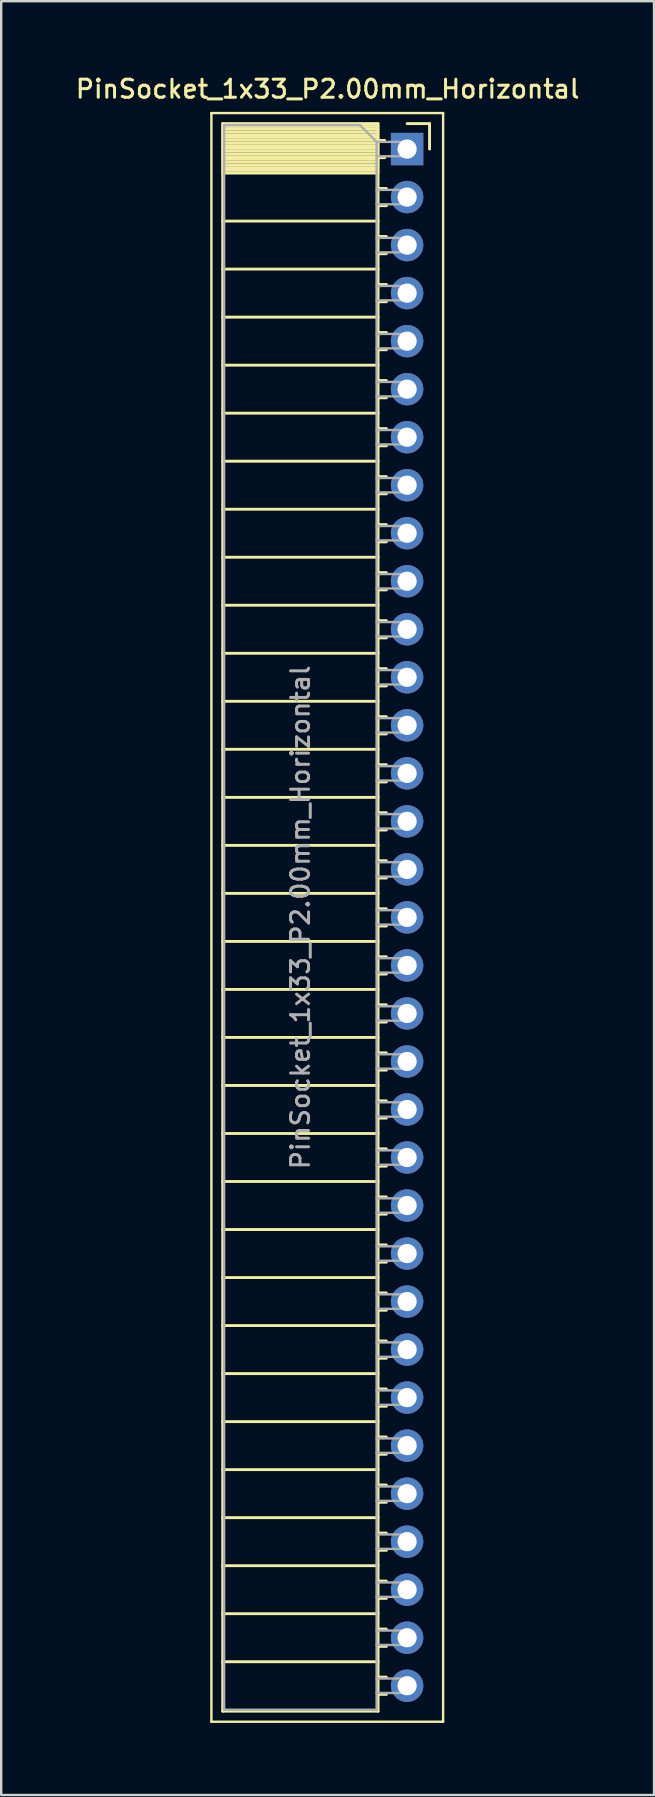
<source format=kicad_pcb>
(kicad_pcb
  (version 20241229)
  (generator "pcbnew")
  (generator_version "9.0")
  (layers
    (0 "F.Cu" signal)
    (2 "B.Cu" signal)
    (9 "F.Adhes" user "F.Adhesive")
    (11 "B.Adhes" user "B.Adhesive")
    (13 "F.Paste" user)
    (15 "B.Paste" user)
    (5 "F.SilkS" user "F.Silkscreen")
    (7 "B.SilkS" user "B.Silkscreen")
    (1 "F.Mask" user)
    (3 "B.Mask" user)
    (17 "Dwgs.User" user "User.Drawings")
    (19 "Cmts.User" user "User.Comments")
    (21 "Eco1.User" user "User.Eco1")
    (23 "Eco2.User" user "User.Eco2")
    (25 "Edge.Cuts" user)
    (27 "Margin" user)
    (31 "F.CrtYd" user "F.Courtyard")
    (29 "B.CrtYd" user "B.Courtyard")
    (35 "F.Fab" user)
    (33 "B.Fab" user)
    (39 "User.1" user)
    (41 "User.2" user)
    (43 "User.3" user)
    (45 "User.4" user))
  (footprint "PinSocket_1x33_P2.00mm_Horizontal"
    (layer "F.Cu")
    (at 13.905 3.158)
    (property "Reference" "PinSocket_1x33_P2.00mm_Horizontal" (at -3.31 -2.5 0) (layer "F.SilkS") (effects (font (size 0.75 0.75) (thickness 0.125))))
    (attr through_hole)
    (fp_line (start -8.15 -1.5) (end -8.15 65.5) (stroke (width 0.1) (type solid)) (layer "F.SilkS"))
    (fp_line (start -8.15 65.5) (end 1.5 65.5) (stroke (width 0.1) (type solid)) (layer "F.SilkS"))
    (fp_line (start -7.68 -1.06) (end -7.68 65.06) (stroke (width 0.12) (type solid)) (layer "F.SilkS"))
    (fp_line (start -7.68 -1.06) (end -1.21 -1.06) (stroke (width 0.12) (type solid)) (layer "F.SilkS"))
    (fp_line (start -7.68 -0.94) (end -1.21 -0.94) (stroke (width 0.12) (type solid)) (layer "F.SilkS"))
    (fp_line (start -7.68 -0.826) (end -1.21 -0.826) (stroke (width 0.12) (type solid)) (layer "F.SilkS"))
    (fp_line (start -7.68 -0.712) (end -1.21 -0.712) (stroke (width 0.12) (type solid)) (layer "F.SilkS"))
    (fp_line (start -7.68 -0.598) (end -1.21 -0.598) (stroke (width 0.12) (type solid)) (layer "F.SilkS"))
    (fp_line (start -7.68 -0.484) (end -1.21 -0.484) (stroke (width 0.12) (type solid)) (layer "F.SilkS"))
    (fp_line (start -7.68 -0.369) (end -1.21 -0.369) (stroke (width 0.12) (type solid)) (layer "F.SilkS"))
    (fp_line (start -7.68 -0.255) (end -1.21 -0.255) (stroke (width 0.12) (type solid)) (layer "F.SilkS"))
    (fp_line (start -7.68 -0.141) (end -1.21 -0.141) (stroke (width 0.12) (type solid)) (layer "F.SilkS"))
    (fp_line (start -7.68 -0.027) (end -1.21 -0.027) (stroke (width 0.12) (type solid)) (layer "F.SilkS"))
    (fp_line (start -7.68 0.087) (end -1.21 0.087) (stroke (width 0.12) (type solid)) (layer "F.SilkS"))
    (fp_line (start -7.68 0.201) (end -1.21 0.201) (stroke (width 0.12) (type solid)) (layer "F.SilkS"))
    (fp_line (start -7.68 0.315) (end -1.21 0.315) (stroke (width 0.12) (type solid)) (layer "F.SilkS"))
    (fp_line (start -7.68 0.429) (end -1.21 0.429) (stroke (width 0.12) (type solid)) (layer "F.SilkS"))
    (fp_line (start -7.68 0.544) (end -1.21 0.544) (stroke (width 0.12) (type solid)) (layer "F.SilkS"))
    (fp_line (start -7.68 0.658) (end -1.21 0.658) (stroke (width 0.12) (type solid)) (layer "F.SilkS"))
    (fp_line (start -7.68 0.772) (end -1.21 0.772) (stroke (width 0.12) (type solid)) (layer "F.SilkS"))
    (fp_line (start -7.68 0.886) (end -1.21 0.886) (stroke (width 0.12) (type solid)) (layer "F.SilkS"))
    (fp_line (start -7.68 1) (end -1.21 1) (stroke (width 0.12) (type solid)) (layer "F.SilkS"))
    (fp_line (start -7.68 3) (end -1.21 3) (stroke (width 0.12) (type solid)) (layer "F.SilkS"))
    (fp_line (start -7.68 5) (end -1.21 5) (stroke (width 0.12) (type solid)) (layer "F.SilkS"))
    (fp_line (start -7.68 7) (end -1.21 7) (stroke (width 0.12) (type solid)) (layer "F.SilkS"))
    (fp_line (start -7.68 9) (end -1.21 9) (stroke (width 0.12) (type solid)) (layer "F.SilkS"))
    (fp_line (start -7.68 11) (end -1.21 11) (stroke (width 0.12) (type solid)) (layer "F.SilkS"))
    (fp_line (start -7.68 13) (end -1.21 13) (stroke (width 0.12) (type solid)) (layer "F.SilkS"))
    (fp_line (start -7.68 15) (end -1.21 15) (stroke (width 0.12) (type solid)) (layer "F.SilkS"))
    (fp_line (start -7.68 17) (end -1.21 17) (stroke (width 0.12) (type solid)) (layer "F.SilkS"))
    (fp_line (start -7.68 19) (end -1.21 19) (stroke (width 0.12) (type solid)) (layer "F.SilkS"))
    (fp_line (start -7.68 21) (end -1.21 21) (stroke (width 0.12) (type solid)) (layer "F.SilkS"))
    (fp_line (start -7.68 23) (end -1.21 23) (stroke (width 0.12) (type solid)) (layer "F.SilkS"))
    (fp_line (start -7.68 25) (end -1.21 25) (stroke (width 0.12) (type solid)) (layer "F.SilkS"))
    (fp_line (start -7.68 27) (end -1.21 27) (stroke (width 0.12) (type solid)) (layer "F.SilkS"))
    (fp_line (start -7.68 29) (end -1.21 29) (stroke (width 0.12) (type solid)) (layer "F.SilkS"))
    (fp_line (start -7.68 31) (end -1.21 31) (stroke (width 0.12) (type solid)) (layer "F.SilkS"))
    (fp_line (start -7.68 33) (end -1.21 33) (stroke (width 0.12) (type solid)) (layer "F.SilkS"))
    (fp_line (start -7.68 35) (end -1.21 35) (stroke (width 0.12) (type solid)) (layer "F.SilkS"))
    (fp_line (start -7.68 37) (end -1.21 37) (stroke (width 0.12) (type solid)) (layer "F.SilkS"))
    (fp_line (start -7.68 39) (end -1.21 39) (stroke (width 0.12) (type solid)) (layer "F.SilkS"))
    (fp_line (start -7.68 41) (end -1.21 41) (stroke (width 0.12) (type solid)) (layer "F.SilkS"))
    (fp_line (start -7.68 43) (end -1.21 43) (stroke (width 0.12) (type solid)) (layer "F.SilkS"))
    (fp_line (start -7.68 45) (end -1.21 45) (stroke (width 0.12) (type solid)) (layer "F.SilkS"))
    (fp_line (start -7.68 47) (end -1.21 47) (stroke (width 0.12) (type solid)) (layer "F.SilkS"))
    (fp_line (start -7.68 49) (end -1.21 49) (stroke (width 0.12) (type solid)) (layer "F.SilkS"))
    (fp_line (start -7.68 51) (end -1.21 51) (stroke (width 0.12) (type solid)) (layer "F.SilkS"))
    (fp_line (start -7.68 53) (end -1.21 53) (stroke (width 0.12) (type solid)) (layer "F.SilkS"))
    (fp_line (start -7.68 55) (end -1.21 55) (stroke (width 0.12) (type solid)) (layer "F.SilkS"))
    (fp_line (start -7.68 57) (end -1.21 57) (stroke (width 0.12) (type solid)) (layer "F.SilkS"))
    (fp_line (start -7.68 59) (end -1.21 59) (stroke (width 0.12) (type solid)) (layer "F.SilkS"))
    (fp_line (start -7.68 61) (end -1.21 61) (stroke (width 0.12) (type solid)) (layer "F.SilkS"))
    (fp_line (start -7.68 63) (end -1.21 63) (stroke (width 0.12) (type solid)) (layer "F.SilkS"))
    (fp_line (start -7.68 65.06) (end -1.21 65.06) (stroke (width 0.12) (type solid)) (layer "F.SilkS"))
    (fp_line (start -1.21 -1.06) (end -1.21 65.06) (stroke (width 0.12) (type solid)) (layer "F.SilkS"))
    (fp_line (start -1.21 -0.36) (end -0.935 -0.36) (stroke (width 0.12) (type solid)) (layer "F.SilkS"))
    (fp_line (start -1.21 0.36) (end -0.935 0.36) (stroke (width 0.12) (type solid)) (layer "F.SilkS"))
    (fp_line (start -1.21 1.64) (end -0.863 1.64) (stroke (width 0.12) (type solid)) (layer "F.SilkS"))
    (fp_line (start -1.21 2.36) (end -0.863 2.36) (stroke (width 0.12) (type solid)) (layer "F.SilkS"))
    (fp_line (start -1.21 3.64) (end -0.863 3.64) (stroke (width 0.12) (type solid)) (layer "F.SilkS"))
    (fp_line (start -1.21 4.36) (end -0.863 4.36) (stroke (width 0.12) (type solid)) (layer "F.SilkS"))
    (fp_line (start -1.21 5.64) (end -0.863 5.64) (stroke (width 0.12) (type solid)) (layer "F.SilkS"))
    (fp_line (start -1.21 6.36) (end -0.863 6.36) (stroke (width 0.12) (type solid)) (layer "F.SilkS"))
    (fp_line (start -1.21 7.64) (end -0.863 7.64) (stroke (width 0.12) (type solid)) (layer "F.SilkS"))
    (fp_line (start -1.21 8.36) (end -0.863 8.36) (stroke (width 0.12) (type solid)) (layer "F.SilkS"))
    (fp_line (start -1.21 9.64) (end -0.863 9.64) (stroke (width 0.12) (type solid)) (layer "F.SilkS"))
    (fp_line (start -1.21 10.36) (end -0.863 10.36) (stroke (width 0.12) (type solid)) (layer "F.SilkS"))
    (fp_line (start -1.21 11.64) (end -0.863 11.64) (stroke (width 0.12) (type solid)) (layer "F.SilkS"))
    (fp_line (start -1.21 12.36) (end -0.863 12.36) (stroke (width 0.12) (type solid)) (layer "F.SilkS"))
    (fp_line (start -1.21 13.64) (end -0.863 13.64) (stroke (width 0.12) (type solid)) (layer "F.SilkS"))
    (fp_line (start -1.21 14.36) (end -0.863 14.36) (stroke (width 0.12) (type solid)) (layer "F.SilkS"))
    (fp_line (start -1.21 15.64) (end -0.863 15.64) (stroke (width 0.12) (type solid)) (layer "F.SilkS"))
    (fp_line (start -1.21 16.36) (end -0.863 16.36) (stroke (width 0.12) (type solid)) (layer "F.SilkS"))
    (fp_line (start -1.21 17.64) (end -0.863 17.64) (stroke (width 0.12) (type solid)) (layer "F.SilkS"))
    (fp_line (start -1.21 18.36) (end -0.863 18.36) (stroke (width 0.12) (type solid)) (layer "F.SilkS"))
    (fp_line (start -1.21 19.64) (end -0.863 19.64) (stroke (width 0.12) (type solid)) (layer "F.SilkS"))
    (fp_line (start -1.21 20.36) (end -0.863 20.36) (stroke (width 0.12) (type solid)) (layer "F.SilkS"))
    (fp_line (start -1.21 21.64) (end -0.863 21.64) (stroke (width 0.12) (type solid)) (layer "F.SilkS"))
    (fp_line (start -1.21 22.36) (end -0.863 22.36) (stroke (width 0.12) (type solid)) (layer "F.SilkS"))
    (fp_line (start -1.21 23.64) (end -0.863 23.64) (stroke (width 0.12) (type solid)) (layer "F.SilkS"))
    (fp_line (start -1.21 24.36) (end -0.863 24.36) (stroke (width 0.12) (type solid)) (layer "F.SilkS"))
    (fp_line (start -1.21 25.64) (end -0.863 25.64) (stroke (width 0.12) (type solid)) (layer "F.SilkS"))
    (fp_line (start -1.21 26.36) (end -0.863 26.36) (stroke (width 0.12) (type solid)) (layer "F.SilkS"))
    (fp_line (start -1.21 27.64) (end -0.863 27.64) (stroke (width 0.12) (type solid)) (layer "F.SilkS"))
    (fp_line (start -1.21 28.36) (end -0.863 28.36) (stroke (width 0.12) (type solid)) (layer "F.SilkS"))
    (fp_line (start -1.21 29.64) (end -0.863 29.64) (stroke (width 0.12) (type solid)) (layer "F.SilkS"))
    (fp_line (start -1.21 30.36) (end -0.863 30.36) (stroke (width 0.12) (type solid)) (layer "F.SilkS"))
    (fp_line (start -1.21 31.64) (end -0.863 31.64) (stroke (width 0.12) (type solid)) (layer "F.SilkS"))
    (fp_line (start -1.21 32.36) (end -0.863 32.36) (stroke (width 0.12) (type solid)) (layer "F.SilkS"))
    (fp_line (start -1.21 33.64) (end -0.863 33.64) (stroke (width 0.12) (type solid)) (layer "F.SilkS"))
    (fp_line (start -1.21 34.36) (end -0.863 34.36) (stroke (width 0.12) (type solid)) (layer "F.SilkS"))
    (fp_line (start -1.21 35.64) (end -0.863 35.64) (stroke (width 0.12) (type solid)) (layer "F.SilkS"))
    (fp_line (start -1.21 36.36) (end -0.863 36.36) (stroke (width 0.12) (type solid)) (layer "F.SilkS"))
    (fp_line (start -1.21 37.64) (end -0.863 37.64) (stroke (width 0.12) (type solid)) (layer "F.SilkS"))
    (fp_line (start -1.21 38.36) (end -0.863 38.36) (stroke (width 0.12) (type solid)) (layer "F.SilkS"))
    (fp_line (start -1.21 39.64) (end -0.863 39.64) (stroke (width 0.12) (type solid)) (layer "F.SilkS"))
    (fp_line (start -1.21 40.36) (end -0.863 40.36) (stroke (width 0.12) (type solid)) (layer "F.SilkS"))
    (fp_line (start -1.21 41.64) (end -0.863 41.64) (stroke (width 0.12) (type solid)) (layer "F.SilkS"))
    (fp_line (start -1.21 42.36) (end -0.863 42.36) (stroke (width 0.12) (type solid)) (layer "F.SilkS"))
    (fp_line (start -1.21 43.64) (end -0.863 43.64) (stroke (width 0.12) (type solid)) (layer "F.SilkS"))
    (fp_line (start -1.21 44.36) (end -0.863 44.36) (stroke (width 0.12) (type solid)) (layer "F.SilkS"))
    (fp_line (start -1.21 45.64) (end -0.863 45.64) (stroke (width 0.12) (type solid)) (layer "F.SilkS"))
    (fp_line (start -1.21 46.36) (end -0.863 46.36) (stroke (width 0.12) (type solid)) (layer "F.SilkS"))
    (fp_line (start -1.21 47.64) (end -0.863 47.64) (stroke (width 0.12) (type solid)) (layer "F.SilkS"))
    (fp_line (start -1.21 48.36) (end -0.863 48.36) (stroke (width 0.12) (type solid)) (layer "F.SilkS"))
    (fp_line (start -1.21 49.64) (end -0.863 49.64) (stroke (width 0.12) (type solid)) (layer "F.SilkS"))
    (fp_line (start -1.21 50.36) (end -0.863 50.36) (stroke (width 0.12) (type solid)) (layer "F.SilkS"))
    (fp_line (start -1.21 51.64) (end -0.863 51.64) (stroke (width 0.12) (type solid)) (layer "F.SilkS"))
    (fp_line (start -1.21 52.36) (end -0.863 52.36) (stroke (width 0.12) (type solid)) (layer "F.SilkS"))
    (fp_line (start -1.21 53.64) (end -0.863 53.64) (stroke (width 0.12) (type solid)) (layer "F.SilkS"))
    (fp_line (start -1.21 54.36) (end -0.863 54.36) (stroke (width 0.12) (type solid)) (layer "F.SilkS"))
    (fp_line (start -1.21 55.64) (end -0.863 55.64) (stroke (width 0.12) (type solid)) (layer "F.SilkS"))
    (fp_line (start -1.21 56.36) (end -0.863 56.36) (stroke (width 0.12) (type solid)) (layer "F.SilkS"))
    (fp_line (start -1.21 57.64) (end -0.863 57.64) (stroke (width 0.12) (type solid)) (layer "F.SilkS"))
    (fp_line (start -1.21 58.36) (end -0.863 58.36) (stroke (width 0.12) (type solid)) (layer "F.SilkS"))
    (fp_line (start -1.21 59.64) (end -0.863 59.64) (stroke (width 0.12) (type solid)) (layer "F.SilkS"))
    (fp_line (start -1.21 60.36) (end -0.863 60.36) (stroke (width 0.12) (type solid)) (layer "F.SilkS"))
    (fp_line (start -1.21 61.64) (end -0.863 61.64) (stroke (width 0.12) (type solid)) (layer "F.SilkS"))
    (fp_line (start -1.21 62.36) (end -0.863 62.36) (stroke (width 0.12) (type solid)) (layer "F.SilkS"))
    (fp_line (start -1.21 63.64) (end -0.863 63.64) (stroke (width 0.12) (type solid)) (layer "F.SilkS"))
    (fp_line (start -1.21 64.36) (end -0.863 64.36) (stroke (width 0.12) (type solid)) (layer "F.SilkS"))
    (fp_line (start 0 -1.06) (end 0.935 -1.06) (stroke (width 0.12) (type solid)) (layer "F.SilkS"))
    (fp_line (start 0.935 -1.06) (end 0.935 0) (stroke (width 0.12) (type solid)) (layer "F.SilkS"))
    (fp_line (start 1.5 -1.5) (end -8.15 -1.5) (stroke (width 0.1) (type solid)) (layer "F.SilkS"))
    (fp_line (start 1.5 65.5) (end 1.5 -1.5) (stroke (width 0.1) (type solid)) (layer "F.SilkS"))
    (fp_line (start -7.62 -1) (end -1.97 -1) (stroke (width 0.1) (type solid)) (layer "F.Fab"))
    (fp_line (start -7.62 65) (end -7.62 -1) (stroke (width 0.1) (type solid)) (layer "F.Fab"))
    (fp_line (start -1.97 -1) (end -1.27 -0.3) (stroke (width 0.1) (type solid)) (layer "F.Fab"))
    (fp_line (start -1.27 -0.3) (end -1.27 65) (stroke (width 0.1) (type solid)) (layer "F.Fab"))
    (fp_line (start -1.27 0.3) (end 0 0.3) (stroke (width 0.1) (type solid)) (layer "F.Fab"))
    (fp_line (start -1.27 2.3) (end 0 2.3) (stroke (width 0.1) (type solid)) (layer "F.Fab"))
    (fp_line (start -1.27 4.3) (end 0 4.3) (stroke (width 0.1) (type solid)) (layer "F.Fab"))
    (fp_line (start -1.27 6.3) (end 0 6.3) (stroke (width 0.1) (type solid)) (layer "F.Fab"))
    (fp_line (start -1.27 8.3) (end 0 8.3) (stroke (width 0.1) (type solid)) (layer "F.Fab"))
    (fp_line (start -1.27 10.3) (end 0 10.3) (stroke (width 0.1) (type solid)) (layer "F.Fab"))
    (fp_line (start -1.27 12.3) (end 0 12.3) (stroke (width 0.1) (type solid)) (layer "F.Fab"))
    (fp_line (start -1.27 14.3) (end 0 14.3) (stroke (width 0.1) (type solid)) (layer "F.Fab"))
    (fp_line (start -1.27 16.3) (end 0 16.3) (stroke (width 0.1) (type solid)) (layer "F.Fab"))
    (fp_line (start -1.27 18.3) (end 0 18.3) (stroke (width 0.1) (type solid)) (layer "F.Fab"))
    (fp_line (start -1.27 20.3) (end 0 20.3) (stroke (width 0.1) (type solid)) (layer "F.Fab"))
    (fp_line (start -1.27 22.3) (end 0 22.3) (stroke (width 0.1) (type solid)) (layer "F.Fab"))
    (fp_line (start -1.27 24.3) (end 0 24.3) (stroke (width 0.1) (type solid)) (layer "F.Fab"))
    (fp_line (start -1.27 26.3) (end 0 26.3) (stroke (width 0.1) (type solid)) (layer "F.Fab"))
    (fp_line (start -1.27 28.3) (end 0 28.3) (stroke (width 0.1) (type solid)) (layer "F.Fab"))
    (fp_line (start -1.27 30.3) (end 0 30.3) (stroke (width 0.1) (type solid)) (layer "F.Fab"))
    (fp_line (start -1.27 32.3) (end 0 32.3) (stroke (width 0.1) (type solid)) (layer "F.Fab"))
    (fp_line (start -1.27 34.3) (end 0 34.3) (stroke (width 0.1) (type solid)) (layer "F.Fab"))
    (fp_line (start -1.27 36.3) (end 0 36.3) (stroke (width 0.1) (type solid)) (layer "F.Fab"))
    (fp_line (start -1.27 38.3) (end 0 38.3) (stroke (width 0.1) (type solid)) (layer "F.Fab"))
    (fp_line (start -1.27 40.3) (end 0 40.3) (stroke (width 0.1) (type solid)) (layer "F.Fab"))
    (fp_line (start -1.27 42.3) (end 0 42.3) (stroke (width 0.1) (type solid)) (layer "F.Fab"))
    (fp_line (start -1.27 44.3) (end 0 44.3) (stroke (width 0.1) (type solid)) (layer "F.Fab"))
    (fp_line (start -1.27 46.3) (end 0 46.3) (stroke (width 0.1) (type solid)) (layer "F.Fab"))
    (fp_line (start -1.27 48.3) (end 0 48.3) (stroke (width 0.1) (type solid)) (layer "F.Fab"))
    (fp_line (start -1.27 50.3) (end 0 50.3) (stroke (width 0.1) (type solid)) (layer "F.Fab"))
    (fp_line (start -1.27 52.3) (end 0 52.3) (stroke (width 0.1) (type solid)) (layer "F.Fab"))
    (fp_line (start -1.27 54.3) (end 0 54.3) (stroke (width 0.1) (type solid)) (layer "F.Fab"))
    (fp_line (start -1.27 56.3) (end 0 56.3) (stroke (width 0.1) (type solid)) (layer "F.Fab"))
    (fp_line (start -1.27 58.3) (end 0 58.3) (stroke (width 0.1) (type solid)) (layer "F.Fab"))
    (fp_line (start -1.27 60.3) (end 0 60.3) (stroke (width 0.1) (type solid)) (layer "F.Fab"))
    (fp_line (start -1.27 62.3) (end 0 62.3) (stroke (width 0.1) (type solid)) (layer "F.Fab"))
    (fp_line (start -1.27 64.3) (end 0 64.3) (stroke (width 0.1) (type solid)) (layer "F.Fab"))
    (fp_line (start -1.27 65) (end -7.62 65) (stroke (width 0.1) (type solid)) (layer "F.Fab"))
    (fp_line (start 0 -0.3) (end -1.27 -0.3) (stroke (width 0.1) (type solid)) (layer "F.Fab"))
    (fp_line (start 0 0.3) (end 0 -0.3) (stroke (width 0.1) (type solid)) (layer "F.Fab"))
    (fp_line (start 0 1.7) (end -1.27 1.7) (stroke (width 0.1) (type solid)) (layer "F.Fab"))
    (fp_line (start 0 2.3) (end 0 1.7) (stroke (width 0.1) (type solid)) (layer "F.Fab"))
    (fp_line (start 0 3.7) (end -1.27 3.7) (stroke (width 0.1) (type solid)) (layer "F.Fab"))
    (fp_line (start 0 4.3) (end 0 3.7) (stroke (width 0.1) (type solid)) (layer "F.Fab"))
    (fp_line (start 0 5.7) (end -1.27 5.7) (stroke (width 0.1) (type solid)) (layer "F.Fab"))
    (fp_line (start 0 6.3) (end 0 5.7) (stroke (width 0.1) (type solid)) (layer "F.Fab"))
    (fp_line (start 0 7.7) (end -1.27 7.7) (stroke (width 0.1) (type solid)) (layer "F.Fab"))
    (fp_line (start 0 8.3) (end 0 7.7) (stroke (width 0.1) (type solid)) (layer "F.Fab"))
    (fp_line (start 0 9.7) (end -1.27 9.7) (stroke (width 0.1) (type solid)) (layer "F.Fab"))
    (fp_line (start 0 10.3) (end 0 9.7) (stroke (width 0.1) (type solid)) (layer "F.Fab"))
    (fp_line (start 0 11.7) (end -1.27 11.7) (stroke (width 0.1) (type solid)) (layer "F.Fab"))
    (fp_line (start 0 12.3) (end 0 11.7) (stroke (width 0.1) (type solid)) (layer "F.Fab"))
    (fp_line (start 0 13.7) (end -1.27 13.7) (stroke (width 0.1) (type solid)) (layer "F.Fab"))
    (fp_line (start 0 14.3) (end 0 13.7) (stroke (width 0.1) (type solid)) (layer "F.Fab"))
    (fp_line (start 0 15.7) (end -1.27 15.7) (stroke (width 0.1) (type solid)) (layer "F.Fab"))
    (fp_line (start 0 16.3) (end 0 15.7) (stroke (width 0.1) (type solid)) (layer "F.Fab"))
    (fp_line (start 0 17.7) (end -1.27 17.7) (stroke (width 0.1) (type solid)) (layer "F.Fab"))
    (fp_line (start 0 18.3) (end 0 17.7) (stroke (width 0.1) (type solid)) (layer "F.Fab"))
    (fp_line (start 0 19.7) (end -1.27 19.7) (stroke (width 0.1) (type solid)) (layer "F.Fab"))
    (fp_line (start 0 20.3) (end 0 19.7) (stroke (width 0.1) (type solid)) (layer "F.Fab"))
    (fp_line (start 0 21.7) (end -1.27 21.7) (stroke (width 0.1) (type solid)) (layer "F.Fab"))
    (fp_line (start 0 22.3) (end 0 21.7) (stroke (width 0.1) (type solid)) (layer "F.Fab"))
    (fp_line (start 0 23.7) (end -1.27 23.7) (stroke (width 0.1) (type solid)) (layer "F.Fab"))
    (fp_line (start 0 24.3) (end 0 23.7) (stroke (width 0.1) (type solid)) (layer "F.Fab"))
    (fp_line (start 0 25.7) (end -1.27 25.7) (stroke (width 0.1) (type solid)) (layer "F.Fab"))
    (fp_line (start 0 26.3) (end 0 25.7) (stroke (width 0.1) (type solid)) (layer "F.Fab"))
    (fp_line (start 0 27.7) (end -1.27 27.7) (stroke (width 0.1) (type solid)) (layer "F.Fab"))
    (fp_line (start 0 28.3) (end 0 27.7) (stroke (width 0.1) (type solid)) (layer "F.Fab"))
    (fp_line (start 0 29.7) (end -1.27 29.7) (stroke (width 0.1) (type solid)) (layer "F.Fab"))
    (fp_line (start 0 30.3) (end 0 29.7) (stroke (width 0.1) (type solid)) (layer "F.Fab"))
    (fp_line (start 0 31.7) (end -1.27 31.7) (stroke (width 0.1) (type solid)) (layer "F.Fab"))
    (fp_line (start 0 32.3) (end 0 31.7) (stroke (width 0.1) (type solid)) (layer "F.Fab"))
    (fp_line (start 0 33.7) (end -1.27 33.7) (stroke (width 0.1) (type solid)) (layer "F.Fab"))
    (fp_line (start 0 34.3) (end 0 33.7) (stroke (width 0.1) (type solid)) (layer "F.Fab"))
    (fp_line (start 0 35.7) (end -1.27 35.7) (stroke (width 0.1) (type solid)) (layer "F.Fab"))
    (fp_line (start 0 36.3) (end 0 35.7) (stroke (width 0.1) (type solid)) (layer "F.Fab"))
    (fp_line (start 0 37.7) (end -1.27 37.7) (stroke (width 0.1) (type solid)) (layer "F.Fab"))
    (fp_line (start 0 38.3) (end 0 37.7) (stroke (width 0.1) (type solid)) (layer "F.Fab"))
    (fp_line (start 0 39.7) (end -1.27 39.7) (stroke (width 0.1) (type solid)) (layer "F.Fab"))
    (fp_line (start 0 40.3) (end 0 39.7) (stroke (width 0.1) (type solid)) (layer "F.Fab"))
    (fp_line (start 0 41.7) (end -1.27 41.7) (stroke (width 0.1) (type solid)) (layer "F.Fab"))
    (fp_line (start 0 42.3) (end 0 41.7) (stroke (width 0.1) (type solid)) (layer "F.Fab"))
    (fp_line (start 0 43.7) (end -1.27 43.7) (stroke (width 0.1) (type solid)) (layer "F.Fab"))
    (fp_line (start 0 44.3) (end 0 43.7) (stroke (width 0.1) (type solid)) (layer "F.Fab"))
    (fp_line (start 0 45.7) (end -1.27 45.7) (stroke (width 0.1) (type solid)) (layer "F.Fab"))
    (fp_line (start 0 46.3) (end 0 45.7) (stroke (width 0.1) (type solid)) (layer "F.Fab"))
    (fp_line (start 0 47.7) (end -1.27 47.7) (stroke (width 0.1) (type solid)) (layer "F.Fab"))
    (fp_line (start 0 48.3) (end 0 47.7) (stroke (width 0.1) (type solid)) (layer "F.Fab"))
    (fp_line (start 0 49.7) (end -1.27 49.7) (stroke (width 0.1) (type solid)) (layer "F.Fab"))
    (fp_line (start 0 50.3) (end 0 49.7) (stroke (width 0.1) (type solid)) (layer "F.Fab"))
    (fp_line (start 0 51.7) (end -1.27 51.7) (stroke (width 0.1) (type solid)) (layer "F.Fab"))
    (fp_line (start 0 52.3) (end 0 51.7) (stroke (width 0.1) (type solid)) (layer "F.Fab"))
    (fp_line (start 0 53.7) (end -1.27 53.7) (stroke (width 0.1) (type solid)) (layer "F.Fab"))
    (fp_line (start 0 54.3) (end 0 53.7) (stroke (width 0.1) (type solid)) (layer "F.Fab"))
    (fp_line (start 0 55.7) (end -1.27 55.7) (stroke (width 0.1) (type solid)) (layer "F.Fab"))
    (fp_line (start 0 56.3) (end 0 55.7) (stroke (width 0.1) (type solid)) (layer "F.Fab"))
    (fp_line (start 0 57.7) (end -1.27 57.7) (stroke (width 0.1) (type solid)) (layer "F.Fab"))
    (fp_line (start 0 58.3) (end 0 57.7) (stroke (width 0.1) (type solid)) (layer "F.Fab"))
    (fp_line (start 0 59.7) (end -1.27 59.7) (stroke (width 0.1) (type solid)) (layer "F.Fab"))
    (fp_line (start 0 60.3) (end 0 59.7) (stroke (width 0.1) (type solid)) (layer "F.Fab"))
    (fp_line (start 0 61.7) (end -1.27 61.7) (stroke (width 0.1) (type solid)) (layer "F.Fab"))
    (fp_line (start 0 62.3) (end 0 61.7) (stroke (width 0.1) (type solid)) (layer "F.Fab"))
    (fp_line (start 0 63.7) (end -1.27 63.7) (stroke (width 0.1) (type solid)) (layer "F.Fab"))
    (fp_line (start 0 64.3) (end 0 63.7) (stroke (width 0.1) (type solid)) (layer "F.Fab"))
    (fp_text user "${REFERENCE}" (at -4.445 32 90) (layer "F.Fab") (effects (font (size 0.75 0.75) (thickness 0.125))))
    (pad "1" thru_hole rect (at 0 0) (size 1.35 1.35) (drill 0.8) (layers "*.Cu" "*.Mask"))
    (pad "2" thru_hole oval (at 0 2) (size 1.35 1.35) (drill 0.8) (layers "*.Cu" "*.Mask"))
    (pad "3" thru_hole oval (at 0 4) (size 1.35 1.35) (drill 0.8) (layers "*.Cu" "*.Mask"))
    (pad "4" thru_hole oval (at 0 6) (size 1.35 1.35) (drill 0.8) (layers "*.Cu" "*.Mask"))
    (pad "5" thru_hole oval (at 0 8) (size 1.35 1.35) (drill 0.8) (layers "*.Cu" "*.Mask"))
    (pad "6" thru_hole oval (at 0 10) (size 1.35 1.35) (drill 0.8) (layers "*.Cu" "*.Mask"))
    (pad "7" thru_hole oval (at 0 12) (size 1.35 1.35) (drill 0.8) (layers "*.Cu" "*.Mask"))
    (pad "8" thru_hole oval (at 0 14) (size 1.35 1.35) (drill 0.8) (layers "*.Cu" "*.Mask"))
    (pad "9" thru_hole oval (at 0 16) (size 1.35 1.35) (drill 0.8) (layers "*.Cu" "*.Mask"))
    (pad "10" thru_hole oval (at 0 18) (size 1.35 1.35) (drill 0.8) (layers "*.Cu" "*.Mask"))
    (pad "11" thru_hole oval (at 0 20) (size 1.35 1.35) (drill 0.8) (layers "*.Cu" "*.Mask"))
    (pad "12" thru_hole oval (at 0 22) (size 1.35 1.35) (drill 0.8) (layers "*.Cu" "*.Mask"))
    (pad "13" thru_hole oval (at 0 24) (size 1.35 1.35) (drill 0.8) (layers "*.Cu" "*.Mask"))
    (pad "14" thru_hole oval (at 0 26) (size 1.35 1.35) (drill 0.8) (layers "*.Cu" "*.Mask"))
    (pad "15" thru_hole oval (at 0 28) (size 1.35 1.35) (drill 0.8) (layers "*.Cu" "*.Mask"))
    (pad "16" thru_hole oval (at 0 30) (size 1.35 1.35) (drill 0.8) (layers "*.Cu" "*.Mask"))
    (pad "17" thru_hole oval (at 0 32) (size 1.35 1.35) (drill 0.8) (layers "*.Cu" "*.Mask"))
    (pad "18" thru_hole oval (at 0 34) (size 1.35 1.35) (drill 0.8) (layers "*.Cu" "*.Mask"))
    (pad "19" thru_hole oval (at 0 36) (size 1.35 1.35) (drill 0.8) (layers "*.Cu" "*.Mask"))
    (pad "20" thru_hole oval (at 0 38) (size 1.35 1.35) (drill 0.8) (layers "*.Cu" "*.Mask"))
    (pad "21" thru_hole oval (at 0 40) (size 1.35 1.35) (drill 0.8) (layers "*.Cu" "*.Mask"))
    (pad "22" thru_hole oval (at 0 42) (size 1.35 1.35) (drill 0.8) (layers "*.Cu" "*.Mask"))
    (pad "23" thru_hole oval (at 0 44) (size 1.35 1.35) (drill 0.8) (layers "*.Cu" "*.Mask"))
    (pad "24" thru_hole oval (at 0 46) (size 1.35 1.35) (drill 0.8) (layers "*.Cu" "*.Mask"))
    (pad "25" thru_hole oval (at 0 48) (size 1.35 1.35) (drill 0.8) (layers "*.Cu" "*.Mask"))
    (pad "26" thru_hole oval (at 0 50) (size 1.35 1.35) (drill 0.8) (layers "*.Cu" "*.Mask"))
    (pad "27" thru_hole oval (at 0 52) (size 1.35 1.35) (drill 0.8) (layers "*.Cu" "*.Mask"))
    (pad "28" thru_hole oval (at 0 54) (size 1.35 1.35) (drill 0.8) (layers "*.Cu" "*.Mask"))
    (pad "29" thru_hole oval (at 0 56) (size 1.35 1.35) (drill 0.8) (layers "*.Cu" "*.Mask"))
    (pad "30" thru_hole oval (at 0 58) (size 1.35 1.35) (drill 0.8) (layers "*.Cu" "*.Mask"))
    (pad "31" thru_hole oval (at 0 60) (size 1.35 1.35) (drill 0.8) (layers "*.Cu" "*.Mask"))
    (pad "32" thru_hole oval (at 0 62) (size 1.35 1.35) (drill 0.8) (layers "*.Cu" "*.Mask"))
    (pad "33" thru_hole oval (at 0 64) (size 1.35 1.35) (drill 0.8) (layers "*.Cu" "*.Mask")))
  (gr_rect
    (start -3 -3)
    (end 24.189 71.708)
    (stroke (width 0.1) (type default))
    (fill no)
    (layer "Edge.Cuts")))
</source>
